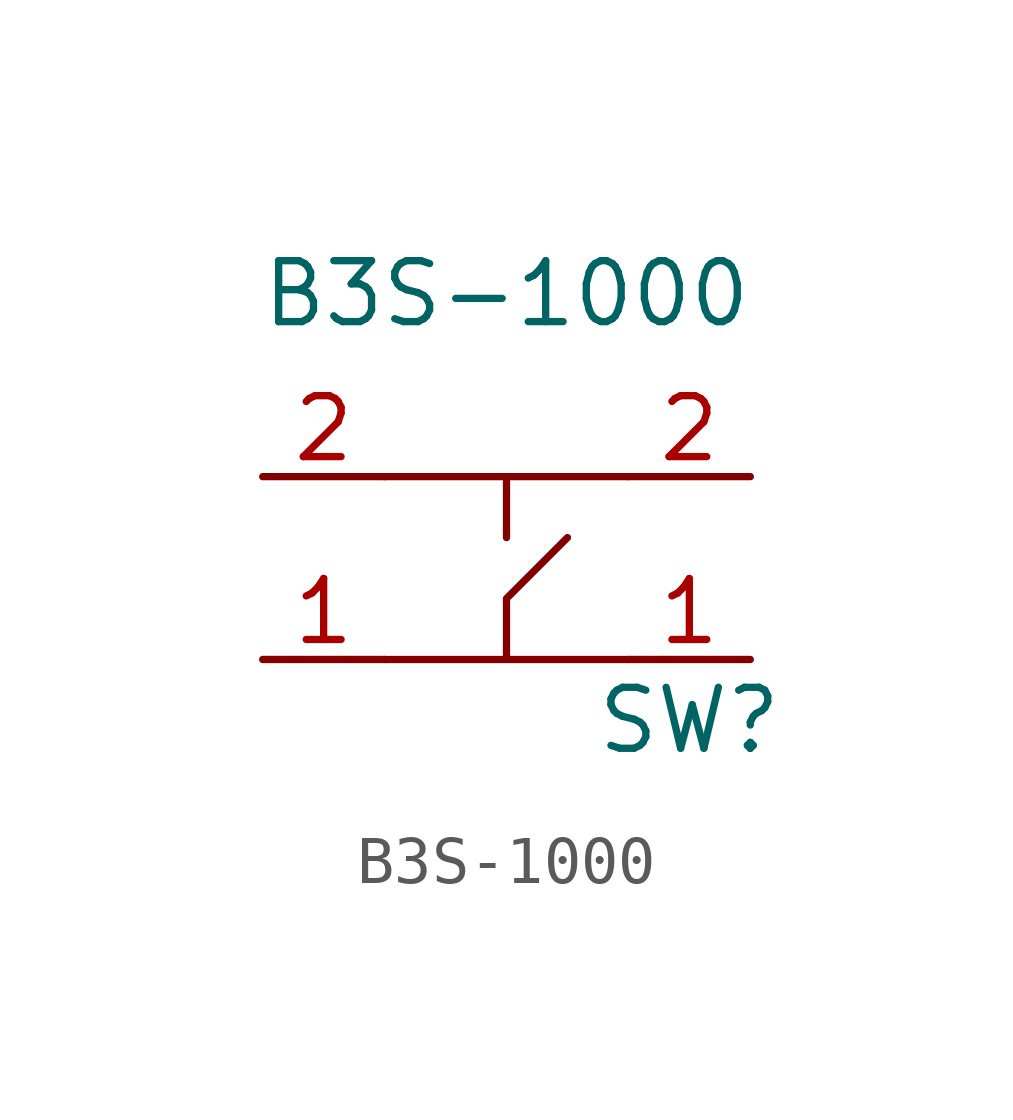
<source format=kicad_sym>
(kicad_symbol_lib
  (version 20211014)
  (generator kicad_symbol_editor)
  (symbol "B3S-1000"
    (property "Reference" "SW"
      (at 3.81 -3.81 0)
      (effects (font (size 1.27 1.27))))
    (property "Value" "B3S-1000"
      (at 0 5.08 0)
      (effects (font (size 1.27 1.27))))
    (symbol "B3S-1000_0_1"
      (polyline (pts (xy -2.54 -2.54) (xy 2.54 -2.54)) (stroke (width 0.152) (type default) (color 0 0 0 0)) (fill (type none)))
      (polyline (pts (xy -2.54 1.27) (xy 2.54 1.27)) (stroke (width 0.152) (type default) (color 0 0 0 0)) (fill (type none)))
      (polyline (pts (xy 0 0) (xy 0 1.27)) (stroke (width 0.152) (type default) (color 0 0 0 0)) (fill (type none)))
      (polyline (pts (xy 0 -2.54) (xy 0 -1.27) (xy 1.27 0)) (stroke (width 0.152) (type default) (color 0 0 0 0)) (fill (type none))))
    (symbol "B3S-1000_1_1"
      (pin input line (at -5.08 -2.54 0) (length 2.54) (name "" (effects (font (size 1.27 1.27)))) (number "1" (effects (font (size 1.27 1.27)))))
      (pin input line (at 5.08 -2.54 180) (length 2.54) (name "" (effects (font (size 1.27 1.27)))) (number "1" (effects (font (size 1.27 1.27)))))
      (pin input line (at -5.08 1.27 0) (length 2.54) (name "" (effects (font (size 1.27 1.27)))) (number "2" (effects (font (size 1.27 1.27)))))
      (pin input line (at 5.08 1.27 180) (length 2.54) (name "" (effects (font (size 1.27 1.27)))) (number "2" (effects (font (size 1.27 1.27))))))))
</source>
